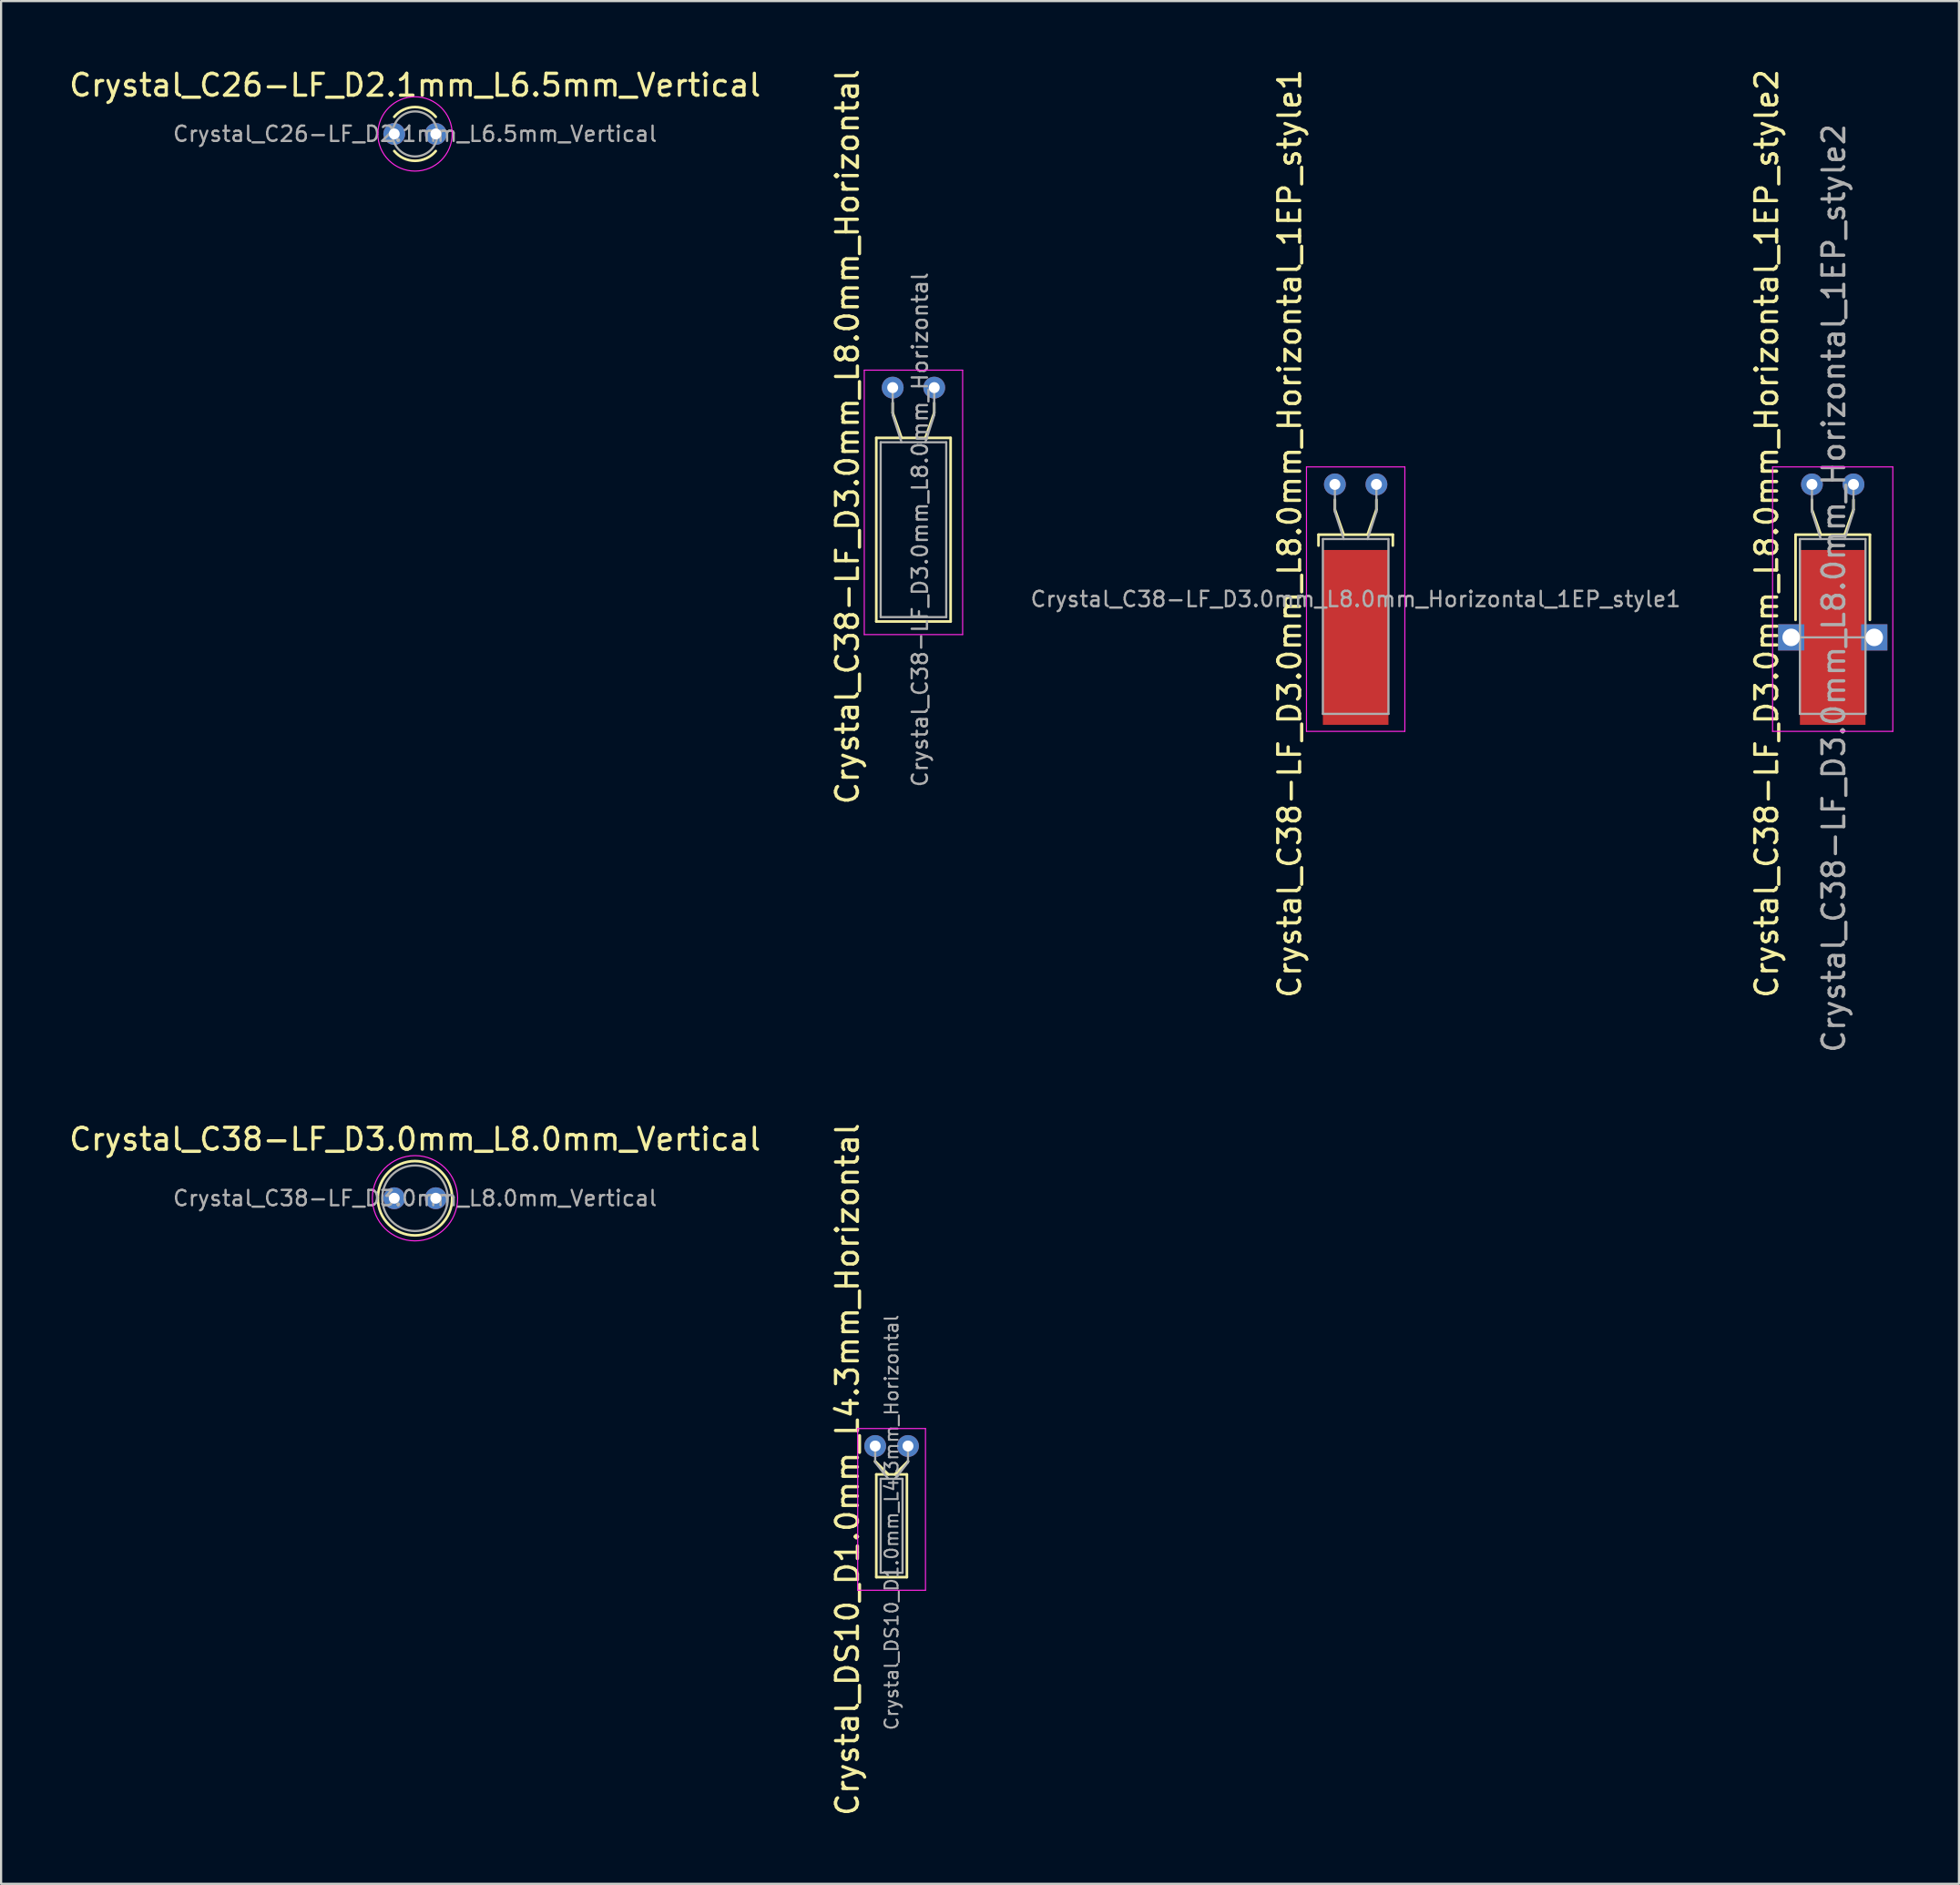
<source format=kicad_pcb>
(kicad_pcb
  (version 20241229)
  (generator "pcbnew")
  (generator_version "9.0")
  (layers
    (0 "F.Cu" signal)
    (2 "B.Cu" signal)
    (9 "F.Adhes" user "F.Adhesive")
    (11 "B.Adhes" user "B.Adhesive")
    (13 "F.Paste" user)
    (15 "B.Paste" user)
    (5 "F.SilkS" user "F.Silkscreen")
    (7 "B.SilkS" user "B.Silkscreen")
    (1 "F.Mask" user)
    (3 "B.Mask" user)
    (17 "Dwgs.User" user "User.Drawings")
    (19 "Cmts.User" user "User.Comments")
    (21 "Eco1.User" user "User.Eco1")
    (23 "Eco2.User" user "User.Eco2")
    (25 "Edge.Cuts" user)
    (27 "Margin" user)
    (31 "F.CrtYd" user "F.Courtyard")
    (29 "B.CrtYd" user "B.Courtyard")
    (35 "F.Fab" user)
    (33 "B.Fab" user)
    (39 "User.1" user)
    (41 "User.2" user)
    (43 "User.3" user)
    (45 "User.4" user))
  (footprint "Crystal_C38-LF_D3.0mm_L8.0mm_Horizontal_1EP_style2"
    (layer "F.Cu")
    (at 79.839 19.113)
    (property "Reference" "Crystal_C38-LF_D3.0mm_L8.0mm_Horizontal_1EP_style2" (at -2.07 2.25 90) (layer "F.SilkS") (effects (font (size 1 1) (thickness 0.15))))
    (attr through_hole)
    (fp_line (start -0.75 2.3) (end 2.65 2.3) (stroke (width 0.12) (type solid)) (layer "F.SilkS"))
    (fp_line (start -0.75 6.2) (end -0.75 2.3) (stroke (width 0.12) (type solid)) (layer "F.SilkS"))
    (fp_line (start 0 1.15) (end 0 0.7) (stroke (width 0.12) (type solid)) (layer "F.SilkS"))
    (fp_line (start 0.405 2.3) (end 0 1.15) (stroke (width 0.12) (type solid)) (layer "F.SilkS"))
    (fp_line (start 1.495 2.3) (end 1.9 1.15) (stroke (width 0.12) (type solid)) (layer "F.SilkS"))
    (fp_line (start 1.9 1.15) (end 1.9 0.7) (stroke (width 0.12) (type solid)) (layer "F.SilkS"))
    (fp_line (start 2.65 2.3) (end 2.65 6.2) (stroke (width 0.12) (type solid)) (layer "F.SilkS"))
    (fp_line (start -1.8 -0.8) (end -1.8 11.3) (stroke (width 0.05) (type solid)) (layer "F.CrtYd"))
    (fp_line (start -1.8 11.3) (end 3.7 11.3) (stroke (width 0.05) (type solid)) (layer "F.CrtYd"))
    (fp_line (start 3.7 -0.8) (end -1.8 -0.8) (stroke (width 0.05) (type solid)) (layer "F.CrtYd"))
    (fp_line (start 3.7 11.3) (end 3.7 -0.8) (stroke (width 0.05) (type solid)) (layer "F.CrtYd"))
    (fp_line (start -0.95 7) (end 2.85 7) (stroke (width 0.1) (type solid)) (layer "F.Fab"))
    (fp_line (start -0.55 2.5) (end -0.55 10.5) (stroke (width 0.1) (type solid)) (layer "F.Fab"))
    (fp_line (start -0.55 10.5) (end 2.45 10.5) (stroke (width 0.1) (type solid)) (layer "F.Fab"))
    (fp_line (start 0 1.25) (end 0 0) (stroke (width 0.1) (type solid)) (layer "F.Fab"))
    (fp_line (start 0.405 2.5) (end 0 1.25) (stroke (width 0.1) (type solid)) (layer "F.Fab"))
    (fp_line (start 1.495 2.5) (end 1.9 1.25) (stroke (width 0.1) (type solid)) (layer "F.Fab"))
    (fp_line (start 1.9 1.25) (end 1.9 0) (stroke (width 0.1) (type solid)) (layer "F.Fab"))
    (fp_line (start 2.45 2.5) (end -0.55 2.5) (stroke (width 0.1) (type solid)) (layer "F.Fab"))
    (fp_line (start 2.45 10.5) (end 2.45 2.5) (stroke (width 0.1) (type solid)) (layer "F.Fab"))
    (fp_text user "${REFERENCE}" (at 1 4.75 90) (layer "F.Fab") (effects (font (size 1 1) (thickness 0.15))))
    (pad "1" thru_hole circle (at 0 0) (size 1 1) (drill 0.5) (layers "*.Cu" "*.Mask"))
    (pad "2" thru_hole circle (at 1.9 0) (size 1 1) (drill 0.5) (layers "*.Cu" "*.Mask"))
    (pad "3" thru_hole rect (at -0.95 7) (size 1.2 1.2) (drill 0.8) (layers "*.Cu" "*.Mask"))
    (pad "3" smd rect (at 0.95 7) (size 3 8) (layers "F.Cu" "F.Mask" "F.Paste"))
    (pad "3" thru_hole rect (at 2.85 7) (size 1.2 1.2) (drill 0.8) (layers "*.Cu" "*.Mask")))
  (footprint "Crystal_C38-LF_D3.0mm_L8.0mm_Horizontal_1EP_style1"
    (layer "F.Cu")
    (at 58.016 19.113)
    (property "Reference" "Crystal_C38-LF_D3.0mm_L8.0mm_Horizontal_1EP_style1" (at -2.07 2.25 90) (layer "F.SilkS") (effects (font (size 1 1) (thickness 0.15))))
    (attr through_hole)
    (fp_line (start -0.75 2.3) (end 2.65 2.3) (stroke (width 0.12) (type solid)) (layer "F.SilkS"))
    (fp_line (start -0.75 2.8) (end -0.75 2.3) (stroke (width 0.12) (type solid)) (layer "F.SilkS"))
    (fp_line (start 0 1.15) (end 0 0.7) (stroke (width 0.12) (type solid)) (layer "F.SilkS"))
    (fp_line (start 0.405 2.3) (end 0 1.15) (stroke (width 0.12) (type solid)) (layer "F.SilkS"))
    (fp_line (start 1.495 2.3) (end 1.9 1.15) (stroke (width 0.12) (type solid)) (layer "F.SilkS"))
    (fp_line (start 1.9 1.15) (end 1.9 0.7) (stroke (width 0.12) (type solid)) (layer "F.SilkS"))
    (fp_line (start 2.65 2.3) (end 2.65 2.8) (stroke (width 0.12) (type solid)) (layer "F.SilkS"))
    (fp_line (start -1.3 -0.8) (end -1.3 11.3) (stroke (width 0.05) (type solid)) (layer "F.CrtYd"))
    (fp_line (start -1.3 11.3) (end 3.2 11.3) (stroke (width 0.05) (type solid)) (layer "F.CrtYd"))
    (fp_line (start 3.2 -0.8) (end -1.3 -0.8) (stroke (width 0.05) (type solid)) (layer "F.CrtYd"))
    (fp_line (start 3.2 11.3) (end 3.2 -0.8) (stroke (width 0.05) (type solid)) (layer "F.CrtYd"))
    (fp_line (start -0.55 2.5) (end -0.55 10.5) (stroke (width 0.1) (type solid)) (layer "F.Fab"))
    (fp_line (start -0.55 10.5) (end 2.45 10.5) (stroke (width 0.1) (type solid)) (layer "F.Fab"))
    (fp_line (start 0 1.25) (end 0 0) (stroke (width 0.1) (type solid)) (layer "F.Fab"))
    (fp_line (start 0.405 2.5) (end 0 1.25) (stroke (width 0.1) (type solid)) (layer "F.Fab"))
    (fp_line (start 1.495 2.5) (end 1.9 1.25) (stroke (width 0.1) (type solid)) (layer "F.Fab"))
    (fp_line (start 1.9 1.25) (end 1.9 0) (stroke (width 0.1) (type solid)) (layer "F.Fab"))
    (fp_line (start 2.45 2.5) (end -0.55 2.5) (stroke (width 0.1) (type solid)) (layer "F.Fab"))
    (fp_line (start 2.45 10.5) (end 2.45 2.5) (stroke (width 0.1) (type solid)) (layer "F.Fab"))
    (fp_text user "${REFERENCE}" (at 0.95 5.25 0) (layer "F.Fab") (effects (font (size 0.7 0.7) (thickness 0.105))))
    (pad "1" thru_hole circle (at 0 0) (size 1 1) (drill 0.5) (layers "*.Cu" "*.Mask"))
    (pad "2" thru_hole circle (at 1.9 0) (size 1 1) (drill 0.5) (layers "*.Cu" "*.Mask"))
    (pad "3" smd rect (at 0.95 7) (size 3 8) (layers "F.Cu" "F.Mask" "F.Paste")))
  (footprint "Crystal_DS10_D1.0mm_L4.3mm_Horizontal"
    (layer "F.Cu")
    (at 36.987 63.11)
    (property "Reference" "Crystal_DS10_D1.0mm_L4.3mm_Horizontal" (at -1.27 1.075 90) (layer "F.SilkS") (effects (font (size 1 1) (thickness 0.15))))
    (attr through_hole)
    (fp_line (start 0 0.7) (end 0 0.7) (stroke (width 0.12) (type solid)) (layer "F.SilkS"))
    (fp_line (start 0.05 1.3) (end 0.05 6) (stroke (width 0.12) (type solid)) (layer "F.SilkS"))
    (fp_line (start 0.05 6) (end 1.45 6) (stroke (width 0.12) (type solid)) (layer "F.SilkS"))
    (fp_line (start 0.6 1.3) (end 0 0.7) (stroke (width 0.12) (type solid)) (layer "F.SilkS"))
    (fp_line (start 0.9 1.3) (end 1.5 0.7) (stroke (width 0.12) (type solid)) (layer "F.SilkS"))
    (fp_line (start 1.45 1.3) (end 0.05 1.3) (stroke (width 0.12) (type solid)) (layer "F.SilkS"))
    (fp_line (start 1.45 6) (end 1.45 1.3) (stroke (width 0.12) (type solid)) (layer "F.SilkS"))
    (fp_line (start 1.5 0.7) (end 1.5 0.7) (stroke (width 0.12) (type solid)) (layer "F.SilkS"))
    (fp_line (start -0.8 -0.8) (end -0.8 6.6) (stroke (width 0.05) (type solid)) (layer "F.CrtYd"))
    (fp_line (start -0.8 6.6) (end 2.3 6.6) (stroke (width 0.05) (type solid)) (layer "F.CrtYd"))
    (fp_line (start 2.3 -0.8) (end -0.8 -0.8) (stroke (width 0.05) (type solid)) (layer "F.CrtYd"))
    (fp_line (start 2.3 6.6) (end 2.3 -0.8) (stroke (width 0.05) (type solid)) (layer "F.CrtYd"))
    (fp_line (start 0 0.75) (end 0 0) (stroke (width 0.1) (type solid)) (layer "F.Fab"))
    (fp_line (start 0.25 1.5) (end 0.25 5.8) (stroke (width 0.1) (type solid)) (layer "F.Fab"))
    (fp_line (start 0.25 5.8) (end 1.25 5.8) (stroke (width 0.1) (type solid)) (layer "F.Fab"))
    (fp_line (start 0.6 1.5) (end 0 0.75) (stroke (width 0.1) (type solid)) (layer "F.Fab"))
    (fp_line (start 0.9 1.5) (end 1.5 0.75) (stroke (width 0.1) (type solid)) (layer "F.Fab"))
    (fp_line (start 1.25 1.5) (end 0.25 1.5) (stroke (width 0.1) (type solid)) (layer "F.Fab"))
    (fp_line (start 1.25 5.8) (end 1.25 1.5) (stroke (width 0.1) (type solid)) (layer "F.Fab"))
    (fp_line (start 1.5 0.75) (end 1.5 0) (stroke (width 0.1) (type solid)) (layer "F.Fab"))
    (fp_text user "${REFERENCE}" (at 0.75 3.5 90) (layer "F.Fab") (effects (font (size 0.6 0.6) (thickness 0.09))))
    (pad "1" thru_hole circle (at 0 0) (size 1 1) (drill 0.5) (layers "*.Cu" "*.Mask"))
    (pad "2" thru_hole circle (at 1.5 0) (size 1 1) (drill 0.5) (layers "*.Cu" "*.Mask")))
  (footprint "Crystal_C38-LF_D3.0mm_L8.0mm_Vertical"
    (layer "F.Cu")
    (at 14.985 51.774)
    (property "Reference" "Crystal_C38-LF_D3.0mm_L8.0mm_Vertical" (at 0.95 -2.7 0) (layer "F.SilkS") (effects (font (size 1 1) (thickness 0.15))))
    (attr through_hole)
    (fp_arc (start -0.75 0) (mid 0.95 -1.7) (end 2.65 0) (stroke (width 0.12) (type solid)) (layer "F.SilkS"))
    (fp_arc (start 2.65 0) (mid 0.95 1.7) (end -0.75 0) (stroke (width 0.12) (type solid)) (layer "F.SilkS"))
    (fp_circle (center 0.95 0) (end 2.9 0) (stroke (width 0.05) (type solid)) (fill no) (layer "F.CrtYd"))
    (fp_circle (center 0.95 0) (end 2.45 0) (stroke (width 0.1) (type solid)) (fill no) (layer "F.Fab"))
    (fp_text user "${REFERENCE}" (at 0.95 0 0) (layer "F.Fab") (effects (font (size 0.7 0.7) (thickness 0.105))))
    (pad "1" thru_hole circle (at 0 0) (size 1 1) (drill 0.5) (layers "*.Cu" "*.Mask"))
    (pad "2" thru_hole circle (at 1.9 0) (size 1 1) (drill 0.5) (layers "*.Cu" "*.Mask")))
  (footprint "Crystal_C38-LF_D3.0mm_L8.0mm_Horizontal"
    (layer "F.Cu")
    (at 37.787 14.685)
    (property "Reference" "Crystal_C38-LF_D3.0mm_L8.0mm_Horizontal" (at -2.07 2.25 90) (layer "F.SilkS") (effects (font (size 1 1) (thickness 0.15))))
    (attr through_hole)
    (fp_line (start -0.75 2.3) (end -0.75 10.7) (stroke (width 0.12) (type solid)) (layer "F.SilkS"))
    (fp_line (start -0.75 10.7) (end 2.65 10.7) (stroke (width 0.12) (type solid)) (layer "F.SilkS"))
    (fp_line (start 0 1.15) (end 0 0.7) (stroke (width 0.12) (type solid)) (layer "F.SilkS"))
    (fp_line (start 0.405 2.3) (end 0 1.15) (stroke (width 0.12) (type solid)) (layer "F.SilkS"))
    (fp_line (start 1.495 2.3) (end 1.9 1.15) (stroke (width 0.12) (type solid)) (layer "F.SilkS"))
    (fp_line (start 1.9 1.15) (end 1.9 0.7) (stroke (width 0.12) (type solid)) (layer "F.SilkS"))
    (fp_line (start 2.65 2.3) (end -0.75 2.3) (stroke (width 0.12) (type solid)) (layer "F.SilkS"))
    (fp_line (start 2.65 10.7) (end 2.65 2.3) (stroke (width 0.12) (type solid)) (layer "F.SilkS"))
    (fp_line (start -1.3 -0.8) (end -1.3 11.3) (stroke (width 0.05) (type solid)) (layer "F.CrtYd"))
    (fp_line (start -1.3 11.3) (end 3.2 11.3) (stroke (width 0.05) (type solid)) (layer "F.CrtYd"))
    (fp_line (start 3.2 -0.8) (end -1.3 -0.8) (stroke (width 0.05) (type solid)) (layer "F.CrtYd"))
    (fp_line (start 3.2 11.3) (end 3.2 -0.8) (stroke (width 0.05) (type solid)) (layer "F.CrtYd"))
    (fp_line (start -0.55 2.5) (end -0.55 10.5) (stroke (width 0.1) (type solid)) (layer "F.Fab"))
    (fp_line (start -0.55 10.5) (end 2.45 10.5) (stroke (width 0.1) (type solid)) (layer "F.Fab"))
    (fp_line (start 0 1.25) (end 0 0) (stroke (width 0.1) (type solid)) (layer "F.Fab"))
    (fp_line (start 0.405 2.5) (end 0 1.25) (stroke (width 0.1) (type solid)) (layer "F.Fab"))
    (fp_line (start 1.495 2.5) (end 1.9 1.25) (stroke (width 0.1) (type solid)) (layer "F.Fab"))
    (fp_line (start 1.9 1.25) (end 1.9 0) (stroke (width 0.1) (type solid)) (layer "F.Fab"))
    (fp_line (start 2.45 2.5) (end -0.55 2.5) (stroke (width 0.1) (type solid)) (layer "F.Fab"))
    (fp_line (start 2.45 10.5) (end 2.45 2.5) (stroke (width 0.1) (type solid)) (layer "F.Fab"))
    (fp_text user "${REFERENCE}" (at 1.25 6.5 90) (layer "F.Fab") (effects (font (size 0.7 0.7) (thickness 0.105))))
    (pad "1" thru_hole circle (at 0 0) (size 1 1) (drill 0.5) (layers "*.Cu" "*.Mask"))
    (pad "2" thru_hole circle (at 1.9 0) (size 1 1) (drill 0.5) (layers "*.Cu" "*.Mask")))
  (footprint "Crystal_C26-LF_D2.1mm_L6.5mm_Vertical"
    (layer "F.Cu")
    (at 14.985 3.078)
    (property "Reference" "Crystal_C26-LF_D2.1mm_L6.5mm_Vertical" (at 0.95 -2.23 0) (layer "F.SilkS") (effects (font (size 1 1) (thickness 0.15))))
    (attr through_hole)
    (fp_arc (start 0 -0.781281) (mid 0.949655 -1.23) (end 1.899561 -0.781814) (stroke (width 0.12) (type solid)) (layer "F.SilkS"))
    (fp_arc (start 1.899561 0.781814) (mid 0.949655 1.23) (end 0 0.781281) (stroke (width 0.12) (type solid)) (layer "F.SilkS"))
    (fp_circle (center 0.95 0) (end 2.65 0) (stroke (width 0.05) (type solid)) (fill no) (layer "F.CrtYd"))
    (fp_circle (center 0.95 0) (end 1.98 0) (stroke (width 0.1) (type solid)) (fill no) (layer "F.Fab"))
    (fp_text user "${REFERENCE}" (at 0.95 0 0) (layer "F.Fab") (effects (font (size 0.7 0.7) (thickness 0.105))))
    (pad "1" thru_hole circle (at 0 0) (size 1 1) (drill 0.5) (layers "*.Cu" "*.Mask"))
    (pad "2" thru_hole circle (at 1.9 0) (size 1 1) (drill 0.5) (layers "*.Cu" "*.Mask")))
  (gr_rect
    (start -3 -3)
    (end 86.564 83.143)
    (stroke (width 0.1) (type default))
    (fill no)
    (layer "Edge.Cuts")))
</source>
